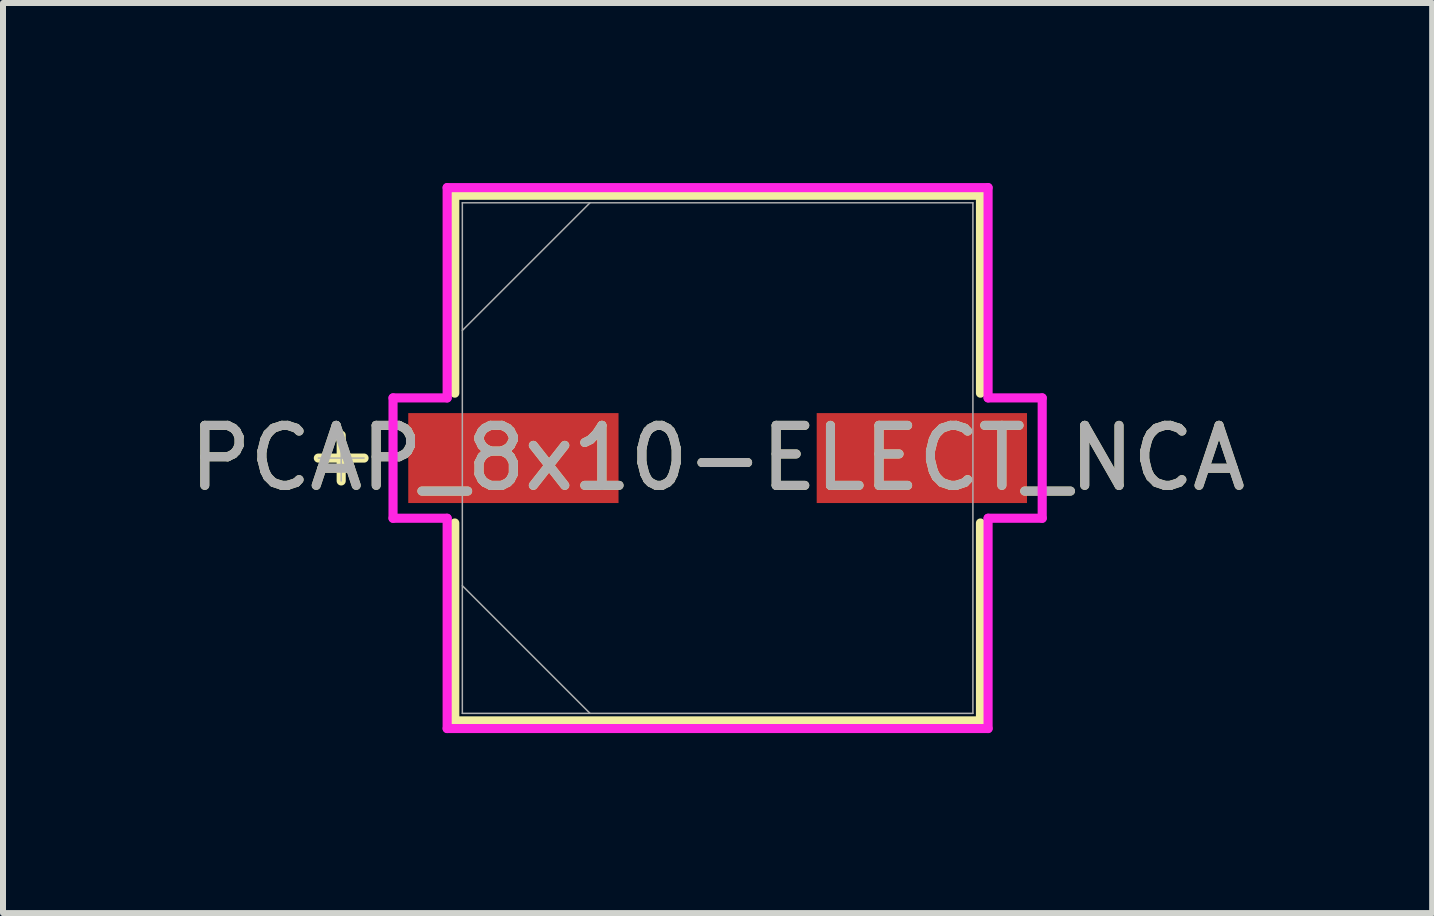
<source format=kicad_pcb>
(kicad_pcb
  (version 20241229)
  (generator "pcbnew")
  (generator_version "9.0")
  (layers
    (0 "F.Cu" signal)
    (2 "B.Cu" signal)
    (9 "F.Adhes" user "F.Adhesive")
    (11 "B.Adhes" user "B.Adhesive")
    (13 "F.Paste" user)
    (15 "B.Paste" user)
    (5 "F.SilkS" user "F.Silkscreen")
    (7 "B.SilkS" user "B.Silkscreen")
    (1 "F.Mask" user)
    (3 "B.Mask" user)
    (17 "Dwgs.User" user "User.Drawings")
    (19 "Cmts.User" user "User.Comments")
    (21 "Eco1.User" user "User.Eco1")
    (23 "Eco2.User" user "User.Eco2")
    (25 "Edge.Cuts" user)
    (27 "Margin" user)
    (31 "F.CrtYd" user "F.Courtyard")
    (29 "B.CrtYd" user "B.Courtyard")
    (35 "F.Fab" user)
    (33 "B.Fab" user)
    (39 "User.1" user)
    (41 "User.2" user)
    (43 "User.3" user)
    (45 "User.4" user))
  (footprint "PCAP_8x10-ELECT_NCA"
    (layer "F.Cu")
    (at 8.911 4.585)
    (property "Reference" "PCAP_8x10-ELECT_NCA" (at 0 0 0) (unlocked yes) (layer "F.SilkS") (effects (font (size 1 1) (thickness 0.15))))
    (attr smd)
    (fp_line (start -6.274 -0.381) (end -6.274 0.381) (stroke (width 0.152) (type solid)) (layer "F.SilkS"))
    (fp_line (start -5.893 0) (end -6.655 0) (stroke (width 0.152) (type solid)) (layer "F.SilkS"))
    (fp_line (start -4.381 -4.381) (end -4.381 -1.082) (stroke (width 0.152) (type solid)) (layer "F.SilkS"))
    (fp_line (start -4.381 1.082) (end -4.381 4.381) (stroke (width 0.152) (type solid)) (layer "F.SilkS"))
    (fp_line (start -4.381 4.381) (end 4.381 4.381) (stroke (width 0.152) (type solid)) (layer "F.SilkS"))
    (fp_line (start 4.381 -4.381) (end -4.381 -4.381) (stroke (width 0.152) (type solid)) (layer "F.SilkS"))
    (fp_line (start 4.381 -1.082) (end 4.381 -4.381) (stroke (width 0.152) (type solid)) (layer "F.SilkS"))
    (fp_line (start 4.381 4.381) (end 4.381 1.082) (stroke (width 0.152) (type solid)) (layer "F.SilkS"))
    (fp_line (start -5.41 -1.003) (end -4.508 -1.003) (stroke (width 0.152) (type solid)) (layer "F.CrtYd"))
    (fp_line (start -5.41 1.003) (end -5.41 -1.003) (stroke (width 0.152) (type solid)) (layer "F.CrtYd"))
    (fp_line (start -4.508 -4.508) (end 4.508 -4.508) (stroke (width 0.152) (type solid)) (layer "F.CrtYd"))
    (fp_line (start -4.508 -1.003) (end -4.508 -4.508) (stroke (width 0.152) (type solid)) (layer "F.CrtYd"))
    (fp_line (start -4.508 1.003) (end -5.41 1.003) (stroke (width 0.152) (type solid)) (layer "F.CrtYd"))
    (fp_line (start -4.508 4.508) (end -4.508 1.003) (stroke (width 0.152) (type solid)) (layer "F.CrtYd"))
    (fp_line (start 4.508 -4.508) (end 4.508 -1.003) (stroke (width 0.152) (type solid)) (layer "F.CrtYd"))
    (fp_line (start 4.508 -1.003) (end 5.41 -1.003) (stroke (width 0.152) (type solid)) (layer "F.CrtYd"))
    (fp_line (start 4.508 1.003) (end 4.508 4.508) (stroke (width 0.152) (type solid)) (layer "F.CrtYd"))
    (fp_line (start 4.508 4.508) (end -4.508 4.508) (stroke (width 0.152) (type solid)) (layer "F.CrtYd"))
    (fp_line (start 5.41 -1.003) (end 5.41 1.003) (stroke (width 0.152) (type solid)) (layer "F.CrtYd"))
    (fp_line (start 5.41 1.003) (end 4.508 1.003) (stroke (width 0.152) (type solid)) (layer "F.CrtYd"))
    (fp_line (start -6.274 -0.381) (end -6.274 0.381) (stroke (width 0.025) (type solid)) (layer "F.Fab"))
    (fp_line (start -5.893 0) (end -6.655 0) (stroke (width 0.025) (type solid)) (layer "F.Fab"))
    (fp_line (start -4.255 -4.255) (end -4.255 4.255) (stroke (width 0.025) (type solid)) (layer "F.Fab"))
    (fp_line (start -4.255 -2.127) (end -2.127 -4.255) (stroke (width 0.025) (type solid)) (layer "F.Fab"))
    (fp_line (start -4.255 2.127) (end -2.127 4.255) (stroke (width 0.025) (type solid)) (layer "F.Fab"))
    (fp_line (start -4.255 4.255) (end 4.255 4.255) (stroke (width 0.025) (type solid)) (layer "F.Fab"))
    (fp_line (start 4.255 -4.255) (end -4.255 -4.255) (stroke (width 0.025) (type solid)) (layer "F.Fab"))
    (fp_line (start 4.255 4.255) (end 4.255 -4.255) (stroke (width 0.025) (type solid)) (layer "F.Fab"))
    (fp_text user "${REFERENCE}" (at 0 0 0) (unlocked yes) (layer "F.Fab") (effects (font (size 1 1) (thickness 0.15))))
    (pad "1" smd rect (at -3.404 0) (size 3.505 1.499) (layers "F.Cu" "F.Mask" "F.Paste"))
    (pad "2" smd rect (at 3.404 0) (size 3.505 1.499) (layers "F.Cu" "F.Mask" "F.Paste"))
    (zone (net_name "") (layer "F.Cu") (hatch full 0.508) (connect_pads) (min_thickness 0.254) (filled_areas_thickness no) (keepout (tracks not_allowed) (vias not_allowed) (pads allowed) (copperpour not_allowed) (footprints allowed)) (placement (enabled no)) (fill) (polygon (pts (xy 4.707 0.381) (xy 13.114 0.381) (xy 13.114 3.785) (xy 4.707 3.785))))
    (zone (net_name "") (layer "F.Cu") (hatch full 0.508) (connect_pads) (min_thickness 0.254) (filled_areas_thickness no) (keepout (tracks not_allowed) (vias not_allowed) (pads allowed) (copperpour not_allowed) (footprints allowed)) (placement (enabled no)) (fill) (polygon (pts (xy 4.707 5.385) (xy 13.114 5.385) (xy 13.114 8.788) (xy 4.707 8.788))))
    (zone (net_name "") (layer "F.Cu") (hatch full 0.508) (connect_pads) (min_thickness 0.254) (filled_areas_thickness no) (keepout (tracks not_allowed) (vias not_allowed) (pads allowed) (copperpour not_allowed) (footprints allowed)) (placement (enabled no)) (fill) (polygon (pts (xy 7.311 3.785) (xy 10.511 3.785) (xy 10.511 5.385) (xy 7.311 5.385)))))
  (gr_rect
    (start -3 -3)
    (end 20.821 12.169)
    (stroke (width 0.1) (type default))
    (fill no)
    (layer "Edge.Cuts")))
</source>
